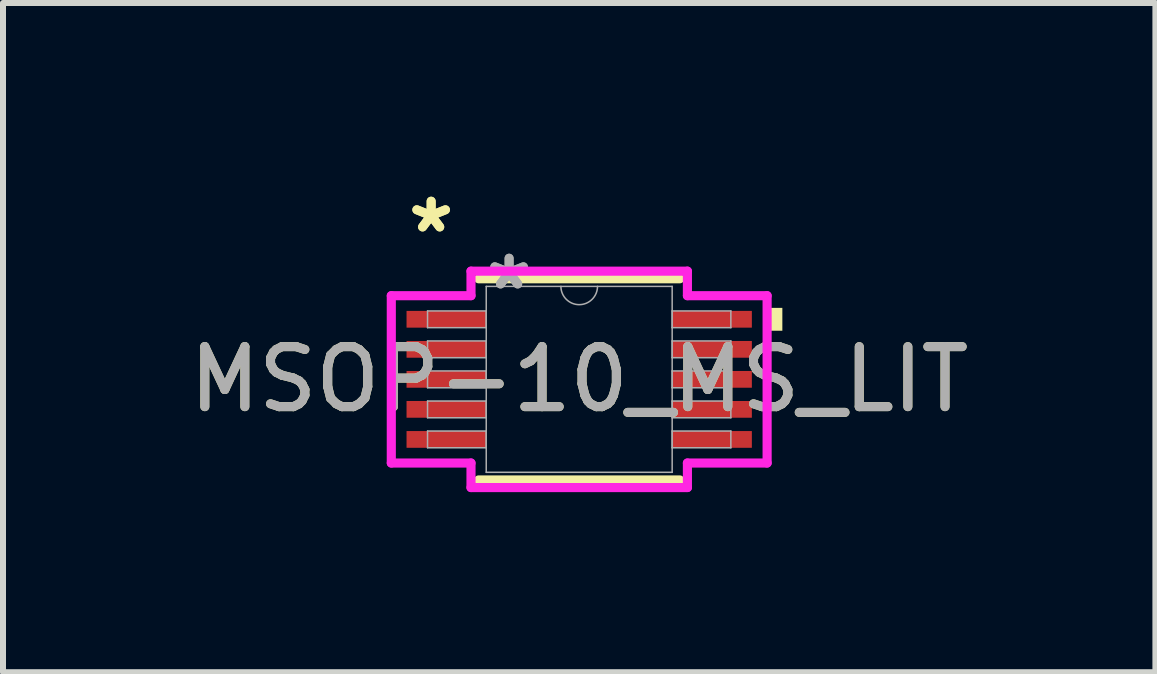
<source format=kicad_pcb>
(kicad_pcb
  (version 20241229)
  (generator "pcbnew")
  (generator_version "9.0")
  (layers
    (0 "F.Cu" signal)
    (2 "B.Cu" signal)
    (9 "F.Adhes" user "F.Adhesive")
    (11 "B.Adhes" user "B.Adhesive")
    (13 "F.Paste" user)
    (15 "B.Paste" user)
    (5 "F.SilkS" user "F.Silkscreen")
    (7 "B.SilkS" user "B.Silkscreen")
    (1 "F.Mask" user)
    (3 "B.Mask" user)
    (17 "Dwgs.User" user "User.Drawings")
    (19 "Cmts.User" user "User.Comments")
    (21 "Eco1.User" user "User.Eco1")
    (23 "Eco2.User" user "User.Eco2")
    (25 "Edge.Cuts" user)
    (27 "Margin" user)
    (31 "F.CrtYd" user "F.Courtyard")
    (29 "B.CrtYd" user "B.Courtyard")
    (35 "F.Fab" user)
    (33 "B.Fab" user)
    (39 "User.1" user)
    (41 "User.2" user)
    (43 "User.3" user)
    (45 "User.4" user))
  (footprint "MSOP-10_MS_LIT"
    (layer "F.Cu")
    (at 6.601 3.271)
    (property "Reference" "MSOP-10_MS_LIT" (at 0 0 0) (unlocked yes) (layer "F.SilkS") (effects (font (size 1 1) (thickness 0.15))))
    (attr smd)
    (fp_line (start -1.676 1.676) (end 1.676 1.676) (stroke (width 0.152) (type solid)) (layer "F.SilkS"))
    (fp_line (start 1.676 -1.676) (end -1.676 -1.676) (stroke (width 0.152) (type solid)) (layer "F.SilkS"))
    (fp_poly (pts (xy 3.385 -1.191) (xy 3.385 -0.81) (xy 3.131 -0.81) (xy 3.131 -1.191)) (stroke (width 0) (type solid)) (fill yes) (layer "F.SilkS"))
    (fp_line (start -3.131 -1.394) (end -1.803 -1.394) (stroke (width 0.152) (type solid)) (layer "F.CrtYd"))
    (fp_line (start -3.131 1.394) (end -3.131 -1.394) (stroke (width 0.152) (type solid)) (layer "F.CrtYd"))
    (fp_line (start -3.131 1.394) (end -1.803 1.394) (stroke (width 0.152) (type solid)) (layer "F.CrtYd"))
    (fp_line (start -1.803 -1.803) (end 1.803 -1.803) (stroke (width 0.152) (type solid)) (layer "F.CrtYd"))
    (fp_line (start -1.803 -1.394) (end -1.803 -1.803) (stroke (width 0.152) (type solid)) (layer "F.CrtYd"))
    (fp_line (start -1.803 1.803) (end -1.803 1.394) (stroke (width 0.152) (type solid)) (layer "F.CrtYd"))
    (fp_line (start 1.803 -1.803) (end 1.803 -1.394) (stroke (width 0.152) (type solid)) (layer "F.CrtYd"))
    (fp_line (start 1.803 1.394) (end 1.803 1.803) (stroke (width 0.152) (type solid)) (layer "F.CrtYd"))
    (fp_line (start 1.803 1.803) (end -1.803 1.803) (stroke (width 0.152) (type solid)) (layer "F.CrtYd"))
    (fp_line (start 3.131 -1.394) (end 1.803 -1.394) (stroke (width 0.152) (type solid)) (layer "F.CrtYd"))
    (fp_line (start 3.131 -1.394) (end 3.131 1.394) (stroke (width 0.152) (type solid)) (layer "F.CrtYd"))
    (fp_line (start 3.131 1.394) (end 1.803 1.394) (stroke (width 0.152) (type solid)) (layer "F.CrtYd"))
    (fp_line (start -2.527 -1.14) (end -2.527 -0.861) (stroke (width 0.025) (type solid)) (layer "F.Fab"))
    (fp_line (start -2.527 -0.861) (end -1.549 -0.861) (stroke (width 0.025) (type solid)) (layer "F.Fab"))
    (fp_line (start -2.527 -0.64) (end -2.527 -0.361) (stroke (width 0.025) (type solid)) (layer "F.Fab"))
    (fp_line (start -2.527 -0.361) (end -1.549 -0.361) (stroke (width 0.025) (type solid)) (layer "F.Fab"))
    (fp_line (start -2.527 -0.14) (end -2.527 0.14) (stroke (width 0.025) (type solid)) (layer "F.Fab"))
    (fp_line (start -2.527 0.14) (end -1.549 0.14) (stroke (width 0.025) (type solid)) (layer "F.Fab"))
    (fp_line (start -2.527 0.361) (end -2.527 0.64) (stroke (width 0.025) (type solid)) (layer "F.Fab"))
    (fp_line (start -2.527 0.64) (end -1.549 0.64) (stroke (width 0.025) (type solid)) (layer "F.Fab"))
    (fp_line (start -2.527 0.861) (end -2.527 1.14) (stroke (width 0.025) (type solid)) (layer "F.Fab"))
    (fp_line (start -2.527 1.14) (end -1.549 1.14) (stroke (width 0.025) (type solid)) (layer "F.Fab"))
    (fp_line (start -1.549 -1.549) (end -1.549 1.549) (stroke (width 0.025) (type solid)) (layer "F.Fab"))
    (fp_line (start -1.549 -1.14) (end -2.527 -1.14) (stroke (width 0.025) (type solid)) (layer "F.Fab"))
    (fp_line (start -1.549 -0.861) (end -1.549 -1.14) (stroke (width 0.025) (type solid)) (layer "F.Fab"))
    (fp_line (start -1.549 -0.64) (end -2.527 -0.64) (stroke (width 0.025) (type solid)) (layer "F.Fab"))
    (fp_line (start -1.549 -0.361) (end -1.549 -0.64) (stroke (width 0.025) (type solid)) (layer "F.Fab"))
    (fp_line (start -1.549 -0.14) (end -2.527 -0.14) (stroke (width 0.025) (type solid)) (layer "F.Fab"))
    (fp_line (start -1.549 0.14) (end -1.549 -0.14) (stroke (width 0.025) (type solid)) (layer "F.Fab"))
    (fp_line (start -1.549 0.361) (end -2.527 0.361) (stroke (width 0.025) (type solid)) (layer "F.Fab"))
    (fp_line (start -1.549 0.64) (end -1.549 0.361) (stroke (width 0.025) (type solid)) (layer "F.Fab"))
    (fp_line (start -1.549 0.861) (end -2.527 0.861) (stroke (width 0.025) (type solid)) (layer "F.Fab"))
    (fp_line (start -1.549 1.14) (end -1.549 0.861) (stroke (width 0.025) (type solid)) (layer "F.Fab"))
    (fp_line (start -1.549 1.549) (end 1.549 1.549) (stroke (width 0.025) (type solid)) (layer "F.Fab"))
    (fp_line (start 1.549 -1.549) (end -1.549 -1.549) (stroke (width 0.025) (type solid)) (layer "F.Fab"))
    (fp_line (start 1.549 -1.14) (end 1.549 -0.861) (stroke (width 0.025) (type solid)) (layer "F.Fab"))
    (fp_line (start 1.549 -0.861) (end 2.527 -0.861) (stroke (width 0.025) (type solid)) (layer "F.Fab"))
    (fp_line (start 1.549 -0.64) (end 1.549 -0.361) (stroke (width 0.025) (type solid)) (layer "F.Fab"))
    (fp_line (start 1.549 -0.361) (end 2.527 -0.361) (stroke (width 0.025) (type solid)) (layer "F.Fab"))
    (fp_line (start 1.549 -0.14) (end 1.549 0.14) (stroke (width 0.025) (type solid)) (layer "F.Fab"))
    (fp_line (start 1.549 0.14) (end 2.527 0.14) (stroke (width 0.025) (type solid)) (layer "F.Fab"))
    (fp_line (start 1.549 0.361) (end 1.549 0.64) (stroke (width 0.025) (type solid)) (layer "F.Fab"))
    (fp_line (start 1.549 0.64) (end 2.527 0.64) (stroke (width 0.025) (type solid)) (layer "F.Fab"))
    (fp_line (start 1.549 0.861) (end 1.549 1.14) (stroke (width 0.025) (type solid)) (layer "F.Fab"))
    (fp_line (start 1.549 1.14) (end 2.527 1.14) (stroke (width 0.025) (type solid)) (layer "F.Fab"))
    (fp_line (start 1.549 1.549) (end 1.549 -1.549) (stroke (width 0.025) (type solid)) (layer "F.Fab"))
    (fp_line (start 2.527 -1.14) (end 1.549 -1.14) (stroke (width 0.025) (type solid)) (layer "F.Fab"))
    (fp_line (start 2.527 -0.861) (end 2.527 -1.14) (stroke (width 0.025) (type solid)) (layer "F.Fab"))
    (fp_line (start 2.527 -0.64) (end 1.549 -0.64) (stroke (width 0.025) (type solid)) (layer "F.Fab"))
    (fp_line (start 2.527 -0.361) (end 2.527 -0.64) (stroke (width 0.025) (type solid)) (layer "F.Fab"))
    (fp_line (start 2.527 -0.14) (end 1.549 -0.14) (stroke (width 0.025) (type solid)) (layer "F.Fab"))
    (fp_line (start 2.527 0.14) (end 2.527 -0.14) (stroke (width 0.025) (type solid)) (layer "F.Fab"))
    (fp_line (start 2.527 0.361) (end 1.549 0.361) (stroke (width 0.025) (type solid)) (layer "F.Fab"))
    (fp_line (start 2.527 0.64) (end 2.527 0.361) (stroke (width 0.025) (type solid)) (layer "F.Fab"))
    (fp_line (start 2.527 0.861) (end 1.549 0.861) (stroke (width 0.025) (type solid)) (layer "F.Fab"))
    (fp_line (start 2.527 1.14) (end 2.527 0.861) (stroke (width 0.025) (type solid)) (layer "F.Fab"))
    (fp_arc (start 0.3048 -1.5494) (mid 0 -1.2446) (end -0.3048 -1.5494) (stroke (width 0.0254) (type solid)) (layer "F.Fab"))
    (fp_text user "*" (at -2.467 -2.423 0) (layer "F.SilkS") (effects (font (size 1 1) (thickness 0.15))))
    (fp_text user "*" (at -2.467 -2.423 0) (unlocked yes) (layer "F.SilkS") (effects (font (size 1 1) (thickness 0.15))))
    (fp_text user "${REFERENCE}" (at 0 0 0) (unlocked yes) (layer "F.Fab") (effects (font (size 1 1) (thickness 0.15))))
    (fp_text user "*" (at -1.168 -1.473 0) (layer "F.Fab") (effects (font (size 1 1) (thickness 0.15))))
    (fp_text user "*" (at -1.168 -1.473 0) (unlocked yes) (layer "F.Fab") (effects (font (size 1 1) (thickness 0.15))))
    (pad "1" smd rect (at -2.213 -1.001) (size 1.328 0.279) (layers "F.Cu" "F.Mask" "F.Paste"))
    (pad "2" smd rect (at -2.213 -0.5) (size 1.328 0.279) (layers "F.Cu" "F.Mask" "F.Paste"))
    (pad "3" smd rect (at -2.213 0) (size 1.328 0.279) (layers "F.Cu" "F.Mask" "F.Paste"))
    (pad "4" smd rect (at -2.213 0.5) (size 1.328 0.279) (layers "F.Cu" "F.Mask" "F.Paste"))
    (pad "5" smd rect (at -2.213 1.001) (size 1.328 0.279) (layers "F.Cu" "F.Mask" "F.Paste"))
    (pad "6" smd rect (at 2.213 1.001) (size 1.328 0.279) (layers "F.Cu" "F.Mask" "F.Paste"))
    (pad "7" smd rect (at 2.213 0.5) (size 1.328 0.279) (layers "F.Cu" "F.Mask" "F.Paste"))
    (pad "8" smd rect (at 2.213 0) (size 1.328 0.279) (layers "F.Cu" "F.Mask" "F.Paste"))
    (pad "9" smd rect (at 2.213 -0.5) (size 1.328 0.279) (layers "F.Cu" "F.Mask" "F.Paste"))
    (pad "10" smd rect (at 2.213 -1.001) (size 1.328 0.279) (layers "F.Cu" "F.Mask" "F.Paste")))
  (gr_rect
    (start -3 -3)
    (end 16.202 8.151)
    (stroke (width 0.1) (type default))
    (fill no)
    (layer "Edge.Cuts")))
</source>
